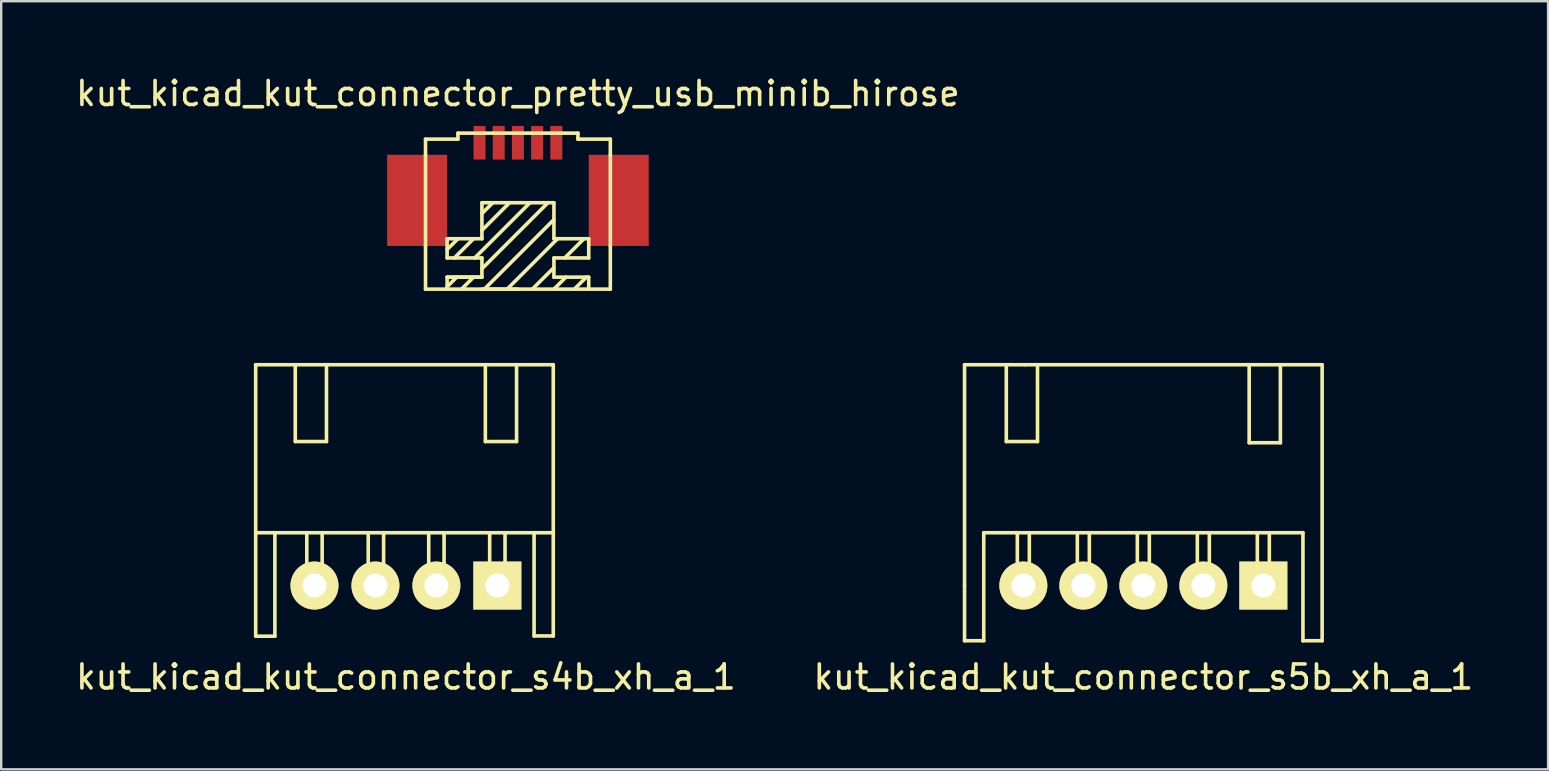
<source format=kicad_pcb>
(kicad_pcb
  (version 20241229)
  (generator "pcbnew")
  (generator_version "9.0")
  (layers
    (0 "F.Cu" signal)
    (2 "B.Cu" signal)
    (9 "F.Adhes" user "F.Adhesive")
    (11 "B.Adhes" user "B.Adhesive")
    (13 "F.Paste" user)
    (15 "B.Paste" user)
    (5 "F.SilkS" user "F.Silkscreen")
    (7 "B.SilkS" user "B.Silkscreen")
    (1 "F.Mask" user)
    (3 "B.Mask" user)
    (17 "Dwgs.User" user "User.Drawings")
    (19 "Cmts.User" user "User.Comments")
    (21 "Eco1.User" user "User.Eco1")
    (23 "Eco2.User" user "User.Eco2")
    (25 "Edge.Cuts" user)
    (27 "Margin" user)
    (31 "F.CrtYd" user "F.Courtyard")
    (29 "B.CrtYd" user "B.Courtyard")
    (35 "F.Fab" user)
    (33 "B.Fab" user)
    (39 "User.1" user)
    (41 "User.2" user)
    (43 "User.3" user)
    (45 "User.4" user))
  (footprint "kut_kicad_kut_connector_s5b_xh_a_1"
    (layer "F.Cu")
    (at 44.589 21.348)
    (property "Reference" "kut_kicad_kut_connector_s5b_xh_a_1" (at 0 3.81 0) (layer "F.SilkS") (effects (font (size 1 1) (thickness 0.15))))
    (attr through_hole)
    (fp_line (start -7.45 -9.2) (end -7.45 0) (stroke (width 0.15) (type solid)) (layer "F.SilkS"))
    (fp_line (start -7.45 -9.2) (end -4.95 -9.2) (stroke (width 0.15) (type solid)) (layer "F.SilkS"))
    (fp_line (start -7.45 0) (end -7.45 2.3) (stroke (width 0.15) (type solid)) (layer "F.SilkS"))
    (fp_line (start -7.45 2.3) (end -6.65 2.3) (stroke (width 0.15) (type solid)) (layer "F.SilkS"))
    (fp_line (start -6.65 -2.2) (end -6.65 2.3) (stroke (width 0.15) (type solid)) (layer "F.SilkS"))
    (fp_line (start -5.71 -9.2) (end -5.71 -6) (stroke (width 0.15) (type solid)) (layer "F.SilkS"))
    (fp_line (start -5.71 -6) (end -4.41 -6) (stroke (width 0.15) (type solid)) (layer "F.SilkS"))
    (fp_line (start -5.25 0) (end -5.25 -2.2) (stroke (width 0.15) (type solid)) (layer "F.SilkS"))
    (fp_line (start -5 0) (end -5.25 0) (stroke (width 0.15) (type solid)) (layer "F.SilkS"))
    (fp_line (start -5 0) (end -4.75 0) (stroke (width 0.15) (type solid)) (layer "F.SilkS"))
    (fp_line (start -4.75 -2.2) (end -6.65 -2.2) (stroke (width 0.15) (type solid)) (layer "F.SilkS"))
    (fp_line (start -4.75 -2.2) (end 6.65 -2.2) (stroke (width 0.15) (type solid)) (layer "F.SilkS"))
    (fp_line (start -4.75 0) (end -4.75 -2.2) (stroke (width 0.15) (type solid)) (layer "F.SilkS"))
    (fp_line (start -4.41 -6) (end -4.41 -9.2) (stroke (width 0.15) (type solid)) (layer "F.SilkS"))
    (fp_line (start -2.75 0) (end -2.75 -2.2) (stroke (width 0.15) (type solid)) (layer "F.SilkS"))
    (fp_line (start -2.5 0) (end -2.75 0) (stroke (width 0.15) (type solid)) (layer "F.SilkS"))
    (fp_line (start -2.5 0) (end -2.25 0) (stroke (width 0.15) (type solid)) (layer "F.SilkS"))
    (fp_line (start -2.25 0) (end -2.25 -2.2) (stroke (width 0.15) (type solid)) (layer "F.SilkS"))
    (fp_line (start -0.25 0) (end -0.25 -2.2) (stroke (width 0.15) (type solid)) (layer "F.SilkS"))
    (fp_line (start 0 0) (end -0.25 0) (stroke (width 0.15) (type solid)) (layer "F.SilkS"))
    (fp_line (start 0 0) (end 0.25 0) (stroke (width 0.15) (type solid)) (layer "F.SilkS"))
    (fp_line (start 0.25 0) (end 0.25 -2.2) (stroke (width 0.15) (type solid)) (layer "F.SilkS"))
    (fp_line (start 2.25 0) (end 2.25 -2.2) (stroke (width 0.15) (type solid)) (layer "F.SilkS"))
    (fp_line (start 2.5 0) (end 2.25 0) (stroke (width 0.15) (type solid)) (layer "F.SilkS"))
    (fp_line (start 2.5 0) (end 2.75 0) (stroke (width 0.15) (type solid)) (layer "F.SilkS"))
    (fp_line (start 2.75 0) (end 2.75 -2.2) (stroke (width 0.15) (type solid)) (layer "F.SilkS"))
    (fp_line (start 4.41 -5.95) (end 4.41 -9.15) (stroke (width 0.15) (type solid)) (layer "F.SilkS"))
    (fp_line (start 4.75 0) (end 4.75 -2.2) (stroke (width 0.15) (type solid)) (layer "F.SilkS"))
    (fp_line (start 5 0) (end 4.75 0) (stroke (width 0.15) (type solid)) (layer "F.SilkS"))
    (fp_line (start 5 0) (end 5.25 0) (stroke (width 0.15) (type solid)) (layer "F.SilkS"))
    (fp_line (start 5.25 0) (end 5.25 -2.2) (stroke (width 0.15) (type solid)) (layer "F.SilkS"))
    (fp_line (start 5.71 -9.15) (end 5.71 -5.95) (stroke (width 0.15) (type solid)) (layer "F.SilkS"))
    (fp_line (start 5.71 -5.95) (end 4.41 -5.95) (stroke (width 0.15) (type solid)) (layer "F.SilkS"))
    (fp_line (start 6.65 2.3) (end 6.65 -2.2) (stroke (width 0.15) (type solid)) (layer "F.SilkS"))
    (fp_line (start 7.45 -9.2) (end -4.95 -9.2) (stroke (width 0.15) (type solid)) (layer "F.SilkS"))
    (fp_line (start 7.45 -9.2) (end 7.45 2.3) (stroke (width 0.15) (type solid)) (layer "F.SilkS"))
    (fp_line (start 7.45 2.3) (end 6.65 2.3) (stroke (width 0.15) (type solid)) (layer "F.SilkS"))
    (pad "1" thru_hole rect (at 5 0) (size 2 2) (drill 1) (layers "*.Cu" "*.Mask" "F.SilkS"))
    (pad "2" thru_hole circle (at 2.5 0) (size 2 2) (drill 1) (layers "*.Cu" "*.Mask" "F.SilkS"))
    (pad "3" thru_hole circle (at 0 0) (size 2 2) (drill 1) (layers "*.Cu" "*.Mask" "F.SilkS"))
    (pad "4" thru_hole circle (at -2.5 0) (size 2 2) (drill 1) (layers "*.Cu" "*.Mask" "F.SilkS"))
    (pad "5" thru_hole circle (at -5 0) (size 2 2) (drill 1) (layers "*.Cu" "*.Mask" "F.SilkS")))
  (footprint "kut_kicad_kut_connector_pretty_usb_minib_hirose"
    (layer "F.Cu")
    (at 18.53 2.898)
    (property "Reference" "kut_kicad_kut_connector_pretty_usb_minib_hirose" (at 0 -2.05 0) (layer "F.SilkS") (effects (font (size 1 1) (thickness 0.15))))
    (attr through_hole)
    (fp_line (start -3.85 -0.15) (end -3.85 0.5) (stroke (width 0.15) (type solid)) (layer "F.SilkS"))
    (fp_line (start -3.85 -0.15) (end -2.5 -0.15) (stroke (width 0.15) (type solid)) (layer "F.SilkS"))
    (fp_line (start -3.85 0.5) (end -3.85 4.3) (stroke (width 0.15) (type solid)) (layer "F.SilkS"))
    (fp_line (start -3.85 4.3) (end -3.85 6.1) (stroke (width 0.15) (type solid)) (layer "F.SilkS"))
    (fp_line (start -3.85 6.1) (end 3.85 6.1) (stroke (width 0.15) (type solid)) (layer "F.SilkS"))
    (fp_line (start -2.95 4) (end -1.5 4) (stroke (width 0.15) (type solid)) (layer "F.SilkS"))
    (fp_line (start -2.95 4.45) (end -2.5 4) (stroke (width 0.15) (type solid)) (layer "F.SilkS"))
    (fp_line (start -2.95 4.8) (end -2.95 4) (stroke (width 0.15) (type solid)) (layer "F.SilkS"))
    (fp_line (start -2.95 5.6) (end -2.95 6.1) (stroke (width 0.15) (type solid)) (layer "F.SilkS"))
    (fp_line (start -2.95 6) (end -2.55 5.6) (stroke (width 0.15) (type solid)) (layer "F.SilkS"))
    (fp_line (start -2.65 4.8) (end -1.85 4) (stroke (width 0.15) (type solid)) (layer "F.SilkS"))
    (fp_line (start -2.5 -0.4) (end 2.5 -0.4) (stroke (width 0.15) (type solid)) (layer "F.SilkS"))
    (fp_line (start -2.5 -0.15) (end -2.5 -0.4) (stroke (width 0.15) (type solid)) (layer "F.SilkS"))
    (fp_line (start -2.35 6.1) (end -1.85 5.6) (stroke (width 0.15) (type solid)) (layer "F.SilkS"))
    (fp_line (start -1.8 4.8) (end 0.5 2.5) (stroke (width 0.15) (type solid)) (layer "F.SilkS"))
    (fp_line (start -1.5 2.95) (end -1.05 2.5) (stroke (width 0.15) (type solid)) (layer "F.SilkS"))
    (fp_line (start -1.5 3.65) (end -0.35 2.5) (stroke (width 0.15) (type solid)) (layer "F.SilkS"))
    (fp_line (start -1.5 4) (end -1.5 2.5) (stroke (width 0.15) (type solid)) (layer "F.SilkS"))
    (fp_line (start -1.5 4.8) (end -2.95 4.8) (stroke (width 0.15) (type solid)) (layer "F.SilkS"))
    (fp_line (start -1.5 5.25) (end 1.25 2.5) (stroke (width 0.15) (type solid)) (layer "F.SilkS"))
    (fp_line (start -1.5 5.6) (end -2.95 5.6) (stroke (width 0.15) (type solid)) (layer "F.SilkS"))
    (fp_line (start -1.5 5.6) (end -2.95 5.6) (stroke (width 0.15) (type solid)) (layer "F.SilkS"))
    (fp_line (start -1.5 5.6) (end -1.5 4.8) (stroke (width 0.15) (type solid)) (layer "F.SilkS"))
    (fp_line (start -1.4 6.1) (end 1.5 3.2) (stroke (width 0.15) (type solid)) (layer "F.SilkS"))
    (fp_line (start -0.45 6.1) (end 1.65 4) (stroke (width 0.15) (type solid)) (layer "F.SilkS"))
    (fp_line (start 0 6.1) (end -1.5 6.1) (stroke (width 0.15) (type solid)) (layer "F.SilkS"))
    (fp_line (start 0.6 6.1) (end 1.5 5.2) (stroke (width 0.15) (type solid)) (layer "F.SilkS"))
    (fp_line (start 1.5 2.5) (end -1.5 2.5) (stroke (width 0.15) (type solid)) (layer "F.SilkS"))
    (fp_line (start 1.5 4) (end 1.5 2.5) (stroke (width 0.15) (type solid)) (layer "F.SilkS"))
    (fp_line (start 1.5 4) (end 2.95 4) (stroke (width 0.15) (type solid)) (layer "F.SilkS"))
    (fp_line (start 1.5 4.8) (end 2.95 4.8) (stroke (width 0.15) (type solid)) (layer "F.SilkS"))
    (fp_line (start 1.5 5.6) (end 1.5 4.8) (stroke (width 0.15) (type solid)) (layer "F.SilkS"))
    (fp_line (start 1.5 5.6) (end 2.95 5.6) (stroke (width 0.15) (type solid)) (layer "F.SilkS"))
    (fp_line (start 1.5 6.1) (end 2 5.6) (stroke (width 0.15) (type solid)) (layer "F.SilkS"))
    (fp_line (start 1.95 4.8) (end 2.75 4) (stroke (width 0.15) (type solid)) (layer "F.SilkS"))
    (fp_line (start 2.35 6.1) (end 2.85 5.6) (stroke (width 0.15) (type solid)) (layer "F.SilkS"))
    (fp_line (start 2.5 -0.4) (end 2.5 -0.15) (stroke (width 0.15) (type solid)) (layer "F.SilkS"))
    (fp_line (start 2.5 -0.15) (end 3.85 -0.15) (stroke (width 0.15) (type solid)) (layer "F.SilkS"))
    (fp_line (start 2.95 4) (end 2.95 4.8) (stroke (width 0.15) (type solid)) (layer "F.SilkS"))
    (fp_line (start 2.95 5.6) (end 2.95 6.1) (stroke (width 0.15) (type solid)) (layer "F.SilkS"))
    (fp_line (start 3.85 -0.15) (end 3.85 0.5) (stroke (width 0.15) (type solid)) (layer "F.SilkS"))
    (fp_line (start 3.85 0.5) (end 3.85 4.3) (stroke (width 0.15) (type solid)) (layer "F.SilkS"))
    (fp_line (start 3.85 4.3) (end 3.85 6.1) (stroke (width 0.15) (type solid)) (layer "F.SilkS"))
    (pad "1" smd rect (at -1.6 0) (size 0.5 1.4) (layers "F.Cu" "F.Mask" "F.Paste"))
    (pad "2" smd rect (at -0.8 0) (size 0.5 1.4) (layers "F.Cu" "F.Mask" "F.Paste"))
    (pad "3" smd rect (at 0 0) (size 0.5 1.4) (layers "F.Cu" "F.Mask" "F.Paste"))
    (pad "4" smd rect (at 0.8 0) (size 0.5 1.4) (layers "F.Cu" "F.Mask" "F.Paste"))
    (pad "5" smd rect (at 1.6 0) (size 0.5 1.4) (layers "F.Cu" "F.Mask" "F.Paste"))
    (pad "5" smd rect (at 4.2 2.4) (size 2.5 3.8) (layers "F.Cu" "F.Mask" "F.Paste"))
    (pad "6" smd rect (at -4.2 2.4) (size 2.5 3.8) (layers "F.Cu" "F.Mask" "F.Paste")))
  (footprint "kut_kicad_kut_connector_s4b_xh_a_1"
    (layer "F.Cu")
    (at 13.863 21.348)
    (property "Reference" "kut_kicad_kut_connector_s4b_xh_a_1" (at 0 3.81 0) (layer "F.SilkS") (effects (font (size 1 1) (thickness 0.15))))
    (attr through_hole)
    (fp_line (start -6.26 -9.2) (end 6.14 -9.2) (stroke (width 0.15) (type solid)) (layer "F.SilkS"))
    (fp_line (start -6.26 2.1) (end -6.26 -9.2) (stroke (width 0.15) (type solid)) (layer "F.SilkS"))
    (fp_line (start -6.26 2.11) (end -5.46 2.11) (stroke (width 0.15) (type solid)) (layer "F.SilkS"))
    (fp_line (start -5.46 2.11) (end -5.46 -2.2) (stroke (width 0.15) (type solid)) (layer "F.SilkS"))
    (fp_line (start -4.61 -9.2) (end -4.61 -6) (stroke (width 0.15) (type solid)) (layer "F.SilkS"))
    (fp_line (start -4.61 -6) (end -3.31 -6) (stroke (width 0.15) (type solid)) (layer "F.SilkS"))
    (fp_line (start -4.13 0) (end -4.13 -2.2) (stroke (width 0.15) (type solid)) (layer "F.SilkS"))
    (fp_line (start -3.81 0) (end -4.13 0) (stroke (width 0.15) (type solid)) (layer "F.SilkS"))
    (fp_line (start -3.81 0) (end -3.49 0) (stroke (width 0.15) (type solid)) (layer "F.SilkS"))
    (fp_line (start -3.49 0) (end -3.49 -2.2) (stroke (width 0.15) (type solid)) (layer "F.SilkS"))
    (fp_line (start -3.31 -6) (end -3.31 -9.2) (stroke (width 0.15) (type solid)) (layer "F.SilkS"))
    (fp_line (start -1.57 0) (end -1.57 -2.2) (stroke (width 0.15) (type solid)) (layer "F.SilkS"))
    (fp_line (start -1.26 0) (end -0.93 0) (stroke (width 0.15) (type solid)) (layer "F.SilkS"))
    (fp_line (start -1.25 0) (end -1.57 0) (stroke (width 0.15) (type solid)) (layer "F.SilkS"))
    (fp_line (start -0.93 0) (end -0.93 -2.2) (stroke (width 0.15) (type solid)) (layer "F.SilkS"))
    (fp_line (start 0.95 0) (end 0.95 -2.2) (stroke (width 0.15) (type solid)) (layer "F.SilkS"))
    (fp_line (start 1.27 0) (end 0.95 0) (stroke (width 0.15) (type solid)) (layer "F.SilkS"))
    (fp_line (start 1.27 0) (end 1.59 0) (stroke (width 0.15) (type solid)) (layer "F.SilkS"))
    (fp_line (start 1.59 0) (end 1.59 -2.2) (stroke (width 0.15) (type solid)) (layer "F.SilkS"))
    (fp_line (start 3.31 -6) (end 3.31 -9.2) (stroke (width 0.15) (type solid)) (layer "F.SilkS"))
    (fp_line (start 3.49 0) (end 3.49 -2.2) (stroke (width 0.15) (type solid)) (layer "F.SilkS"))
    (fp_line (start 3.81 0) (end 3.49 0) (stroke (width 0.15) (type solid)) (layer "F.SilkS"))
    (fp_line (start 3.81 0) (end 4.13 0) (stroke (width 0.15) (type solid)) (layer "F.SilkS"))
    (fp_line (start 4.13 0) (end 4.13 -2.2) (stroke (width 0.15) (type solid)) (layer "F.SilkS"))
    (fp_line (start 4.61 -9.2) (end 4.61 -6) (stroke (width 0.15) (type solid)) (layer "F.SilkS"))
    (fp_line (start 4.61 -6) (end 3.31 -6) (stroke (width 0.15) (type solid)) (layer "F.SilkS"))
    (fp_line (start 5.34 2.1) (end 5.34 -2.2) (stroke (width 0.15) (type solid)) (layer "F.SilkS"))
    (fp_line (start 6.14 -9.2) (end 6.14 2.1) (stroke (width 0.15) (type solid)) (layer "F.SilkS"))
    (fp_line (start 6.14 -2.2) (end -6.26 -2.2) (stroke (width 0.15) (type solid)) (layer "F.SilkS"))
    (fp_line (start 6.14 2.1) (end 5.34 2.1) (stroke (width 0.15) (type solid)) (layer "F.SilkS"))
    (pad "1" thru_hole rect (at 3.81 0) (size 2 2) (drill 1) (layers "*.Cu" "*.Mask" "F.SilkS"))
    (pad "2" thru_hole circle (at 1.27 0) (size 2 2) (drill 1) (layers "*.Cu" "*.Mask" "F.SilkS"))
    (pad "3" thru_hole circle (at -1.27 0) (size 2 2) (drill 1) (layers "*.Cu" "*.Mask" "F.SilkS"))
    (pad "4" thru_hole circle (at -3.81 0) (size 2 2) (drill 1) (layers "*.Cu" "*.Mask" "F.SilkS")))
  (gr_rect
    (start -3 -3)
    (end 61.452 29.006)
    (stroke (width 0.1) (type default))
    (fill no)
    (layer "Edge.Cuts")))
</source>
